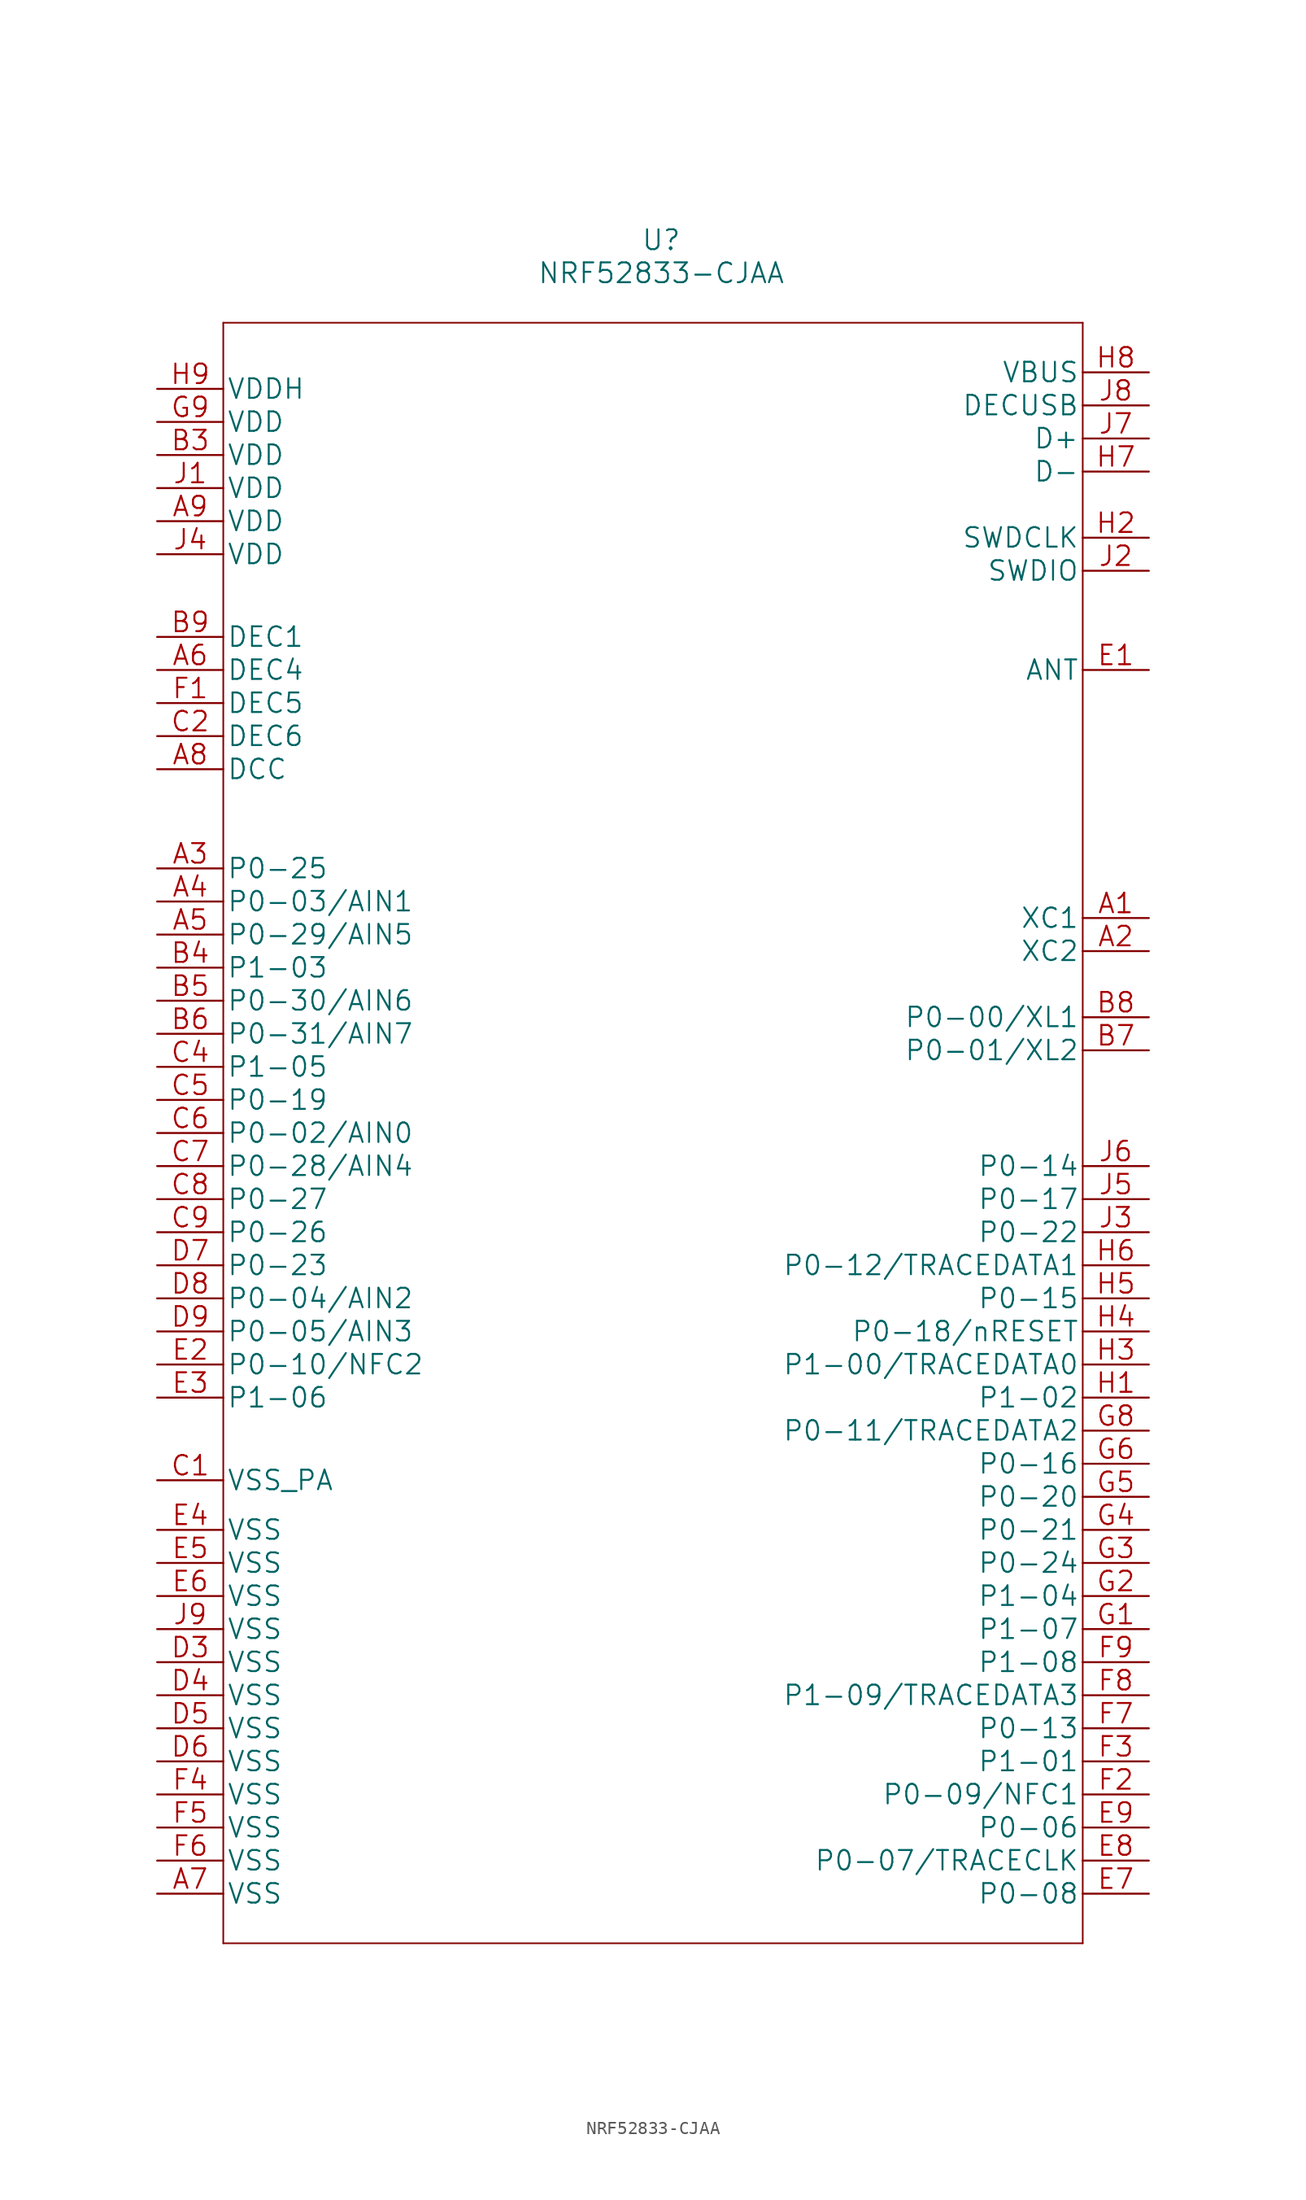
<source format=kicad_sym>
(kicad_symbol_lib
  (version 20211014)
  (generator kicad_symbol_editor)
  (symbol "NRF52833-CJAA"
    (pin_names
      (offset 0.254))
    (property "Reference" "U"
      (at 0.635 68.58 0)
      (effects (font (size 1.524 1.524))))
    (property "Value" "NRF52833-CJAA"
      (at 0.635 66.04 0)
      (effects (font (size 1.524 1.524))))
    (property "Datasheet" ""
      (at -38.1 43.815 0)
      (effects (font (size 1.524 1.524))))
    (property "ki_locked" ""
      (at 0 0 0)
      (effects (font (size 1.27 1.27))))
    (symbol "NRF52833-CJAA_1_1"
      (polyline (pts (xy -33.02 -62.23) (xy 33.02 -62.23)) (stroke (width 0.127) (type default) (color 0 0 0 0)) (fill (type none)))
      (polyline (pts (xy -33.02 62.23) (xy -33.02 -62.23)) (stroke (width 0.127) (type default) (color 0 0 0 0)) (fill (type none)))
      (polyline (pts (xy 33.02 -62.23) (xy 33.02 62.23)) (stroke (width 0.127) (type default) (color 0 0 0 0)) (fill (type none)))
      (polyline (pts (xy 33.02 62.23) (xy -33.02 62.23)) (stroke (width 0.127) (type default) (color 0 0 0 0)) (fill (type none)))
      (pin passive line (at 38.1 16.51 180) (length 5.08) (name "XC1" (effects (font (size 1.499 1.499)))) (number "A1" (effects (font (size 1.499 1.499)))))
      (pin passive line (at 38.1 13.97 180) (length 5.08) (name "XC2" (effects (font (size 1.499 1.499)))) (number "A2" (effects (font (size 1.499 1.499)))))
      (pin bidirectional line (at -38.1 20.32 0) (length 5.08) (name "P0-25" (effects (font (size 1.499 1.499)))) (number "A3" (effects (font (size 1.499 1.499)))))
      (pin bidirectional line (at -38.1 17.78 0) (length 5.08) (name "P0-03/AIN1" (effects (font (size 1.499 1.499)))) (number "A4" (effects (font (size 1.499 1.499)))))
      (pin bidirectional line (at -38.1 15.24 0) (length 5.08) (name "P0-29/AIN5" (effects (font (size 1.499 1.499)))) (number "A5" (effects (font (size 1.499 1.499)))))
      (pin passive line (at -38.1 35.56 0) (length 5.08) (name "DEC4" (effects (font (size 1.499 1.499)))) (number "A6" (effects (font (size 1.499 1.499)))))
      (pin power_in line (at -38.1 -58.42 0) (length 5.08) (name "VSS" (effects (font (size 1.499 1.499)))) (number "A7" (effects (font (size 1.499 1.499)))))
      (pin power_in line (at -38.1 27.94 0) (length 5.08) (name "DCC" (effects (font (size 1.499 1.499)))) (number "A8" (effects (font (size 1.499 1.499)))))
      (pin power_in line (at -38.1 46.99 0) (length 5.08) (name "VDD" (effects (font (size 1.499 1.499)))) (number "A9" (effects (font (size 1.499 1.499)))))
      (pin power_in line (at -38.1 52.07 0) (length 5.08) (name "VDD" (effects (font (size 1.499 1.499)))) (number "B3" (effects (font (size 1.499 1.499)))))
      (pin bidirectional line (at -38.1 12.7 0) (length 5.08) (name "P1-03" (effects (font (size 1.499 1.499)))) (number "B4" (effects (font (size 1.499 1.499)))))
      (pin bidirectional line (at -38.1 10.16 0) (length 5.08) (name "P0-30/AIN6" (effects (font (size 1.499 1.499)))) (number "B5" (effects (font (size 1.499 1.499)))))
      (pin bidirectional line (at -38.1 7.62 0) (length 5.08) (name "P0-31/AIN7" (effects (font (size 1.499 1.499)))) (number "B6" (effects (font (size 1.499 1.499)))))
      (pin bidirectional line (at 38.1 6.35 180) (length 5.08) (name "P0-01/XL2" (effects (font (size 1.499 1.499)))) (number "B7" (effects (font (size 1.499 1.499)))))
      (pin bidirectional line (at 38.1 8.89 180) (length 5.08) (name "P0-00/XL1" (effects (font (size 1.499 1.499)))) (number "B8" (effects (font (size 1.499 1.499)))))
      (pin passive line (at -38.1 38.1 0) (length 5.08) (name "DEC1" (effects (font (size 1.499 1.499)))) (number "B9" (effects (font (size 1.499 1.499)))))
      (pin power_in line (at -38.1 -26.67 0) (length 5.08) (name "VSS_PA" (effects (font (size 1.499 1.499)))) (number "C1" (effects (font (size 1.499 1.499)))))
      (pin passive line (at -38.1 30.48 0) (length 5.08) (name "DEC6" (effects (font (size 1.499 1.499)))) (number "C2" (effects (font (size 1.499 1.499)))))
      (pin bidirectional line (at -38.1 5.08 0) (length 5.08) (name "P1-05" (effects (font (size 1.499 1.499)))) (number "C4" (effects (font (size 1.499 1.499)))))
      (pin bidirectional line (at -38.1 2.54 0) (length 5.08) (name "P0-19" (effects (font (size 1.499 1.499)))) (number "C5" (effects (font (size 1.499 1.499)))))
      (pin bidirectional line (at -38.1 0 0) (length 5.08) (name "P0-02/AIN0" (effects (font (size 1.499 1.499)))) (number "C6" (effects (font (size 1.499 1.499)))))
      (pin bidirectional line (at -38.1 -2.54 0) (length 5.08) (name "P0-28/AIN4" (effects (font (size 1.499 1.499)))) (number "C7" (effects (font (size 1.499 1.499)))))
      (pin bidirectional line (at -38.1 -5.08 0) (length 5.08) (name "P0-27" (effects (font (size 1.499 1.499)))) (number "C8" (effects (font (size 1.499 1.499)))))
      (pin bidirectional line (at -38.1 -7.62 0) (length 5.08) (name "P0-26" (effects (font (size 1.499 1.499)))) (number "C9" (effects (font (size 1.499 1.499)))))
      (pin power_in line (at -38.1 -40.64 0) (length 5.08) (name "VSS" (effects (font (size 1.499 1.499)))) (number "D3" (effects (font (size 1.499 1.499)))))
      (pin power_in line (at -38.1 -43.18 0) (length 5.08) (name "VSS" (effects (font (size 1.499 1.499)))) (number "D4" (effects (font (size 1.499 1.499)))))
      (pin power_in line (at -38.1 -45.72 0) (length 5.08) (name "VSS" (effects (font (size 1.499 1.499)))) (number "D5" (effects (font (size 1.499 1.499)))))
      (pin power_in line (at -38.1 -48.26 0) (length 5.08) (name "VSS" (effects (font (size 1.499 1.499)))) (number "D6" (effects (font (size 1.499 1.499)))))
      (pin bidirectional line (at -38.1 -10.16 0) (length 5.08) (name "P0-23" (effects (font (size 1.499 1.499)))) (number "D7" (effects (font (size 1.499 1.499)))))
      (pin bidirectional line (at -38.1 -12.7 0) (length 5.08) (name "P0-04/AIN2" (effects (font (size 1.499 1.499)))) (number "D8" (effects (font (size 1.499 1.499)))))
      (pin bidirectional line (at -38.1 -15.24 0) (length 5.08) (name "P0-05/AIN3" (effects (font (size 1.499 1.499)))) (number "D9" (effects (font (size 1.499 1.499)))))
      (pin output line (at 38.1 35.56 180) (length 5.08) (name "ANT" (effects (font (size 1.499 1.499)))) (number "E1" (effects (font (size 1.499 1.499)))))
      (pin bidirectional line (at -38.1 -17.78 0) (length 5.08) (name "P0-10/NFC2" (effects (font (size 1.499 1.499)))) (number "E2" (effects (font (size 1.499 1.499)))))
      (pin bidirectional line (at -38.1 -20.32 0) (length 5.08) (name "P1-06" (effects (font (size 1.499 1.499)))) (number "E3" (effects (font (size 1.499 1.499)))))
      (pin power_in line (at -38.1 -30.48 0) (length 5.08) (name "VSS" (effects (font (size 1.499 1.499)))) (number "E4" (effects (font (size 1.499 1.499)))))
      (pin power_in line (at -38.1 -33.02 0) (length 5.08) (name "VSS" (effects (font (size 1.499 1.499)))) (number "E5" (effects (font (size 1.499 1.499)))))
      (pin power_in line (at -38.1 -35.56 0) (length 5.08) (name "VSS" (effects (font (size 1.499 1.499)))) (number "E6" (effects (font (size 1.499 1.499)))))
      (pin bidirectional line (at 38.1 -58.42 180) (length 5.08) (name "P0-08" (effects (font (size 1.499 1.499)))) (number "E7" (effects (font (size 1.499 1.499)))))
      (pin bidirectional line (at 38.1 -55.88 180) (length 5.08) (name "P0-07/TRACECLK" (effects (font (size 1.499 1.499)))) (number "E8" (effects (font (size 1.499 1.499)))))
      (pin bidirectional line (at 38.1 -53.34 180) (length 5.08) (name "P0-06" (effects (font (size 1.499 1.499)))) (number "E9" (effects (font (size 1.499 1.499)))))
      (pin passive line (at -38.1 33.02 0) (length 5.08) (name "DEC5" (effects (font (size 1.499 1.499)))) (number "F1" (effects (font (size 1.499 1.499)))))
      (pin bidirectional line (at 38.1 -50.8 180) (length 5.08) (name "P0-09/NFC1" (effects (font (size 1.499 1.499)))) (number "F2" (effects (font (size 1.499 1.499)))))
      (pin bidirectional line (at 38.1 -48.26 180) (length 5.08) (name "P1-01" (effects (font (size 1.499 1.499)))) (number "F3" (effects (font (size 1.499 1.499)))))
      (pin power_in line (at -38.1 -50.8 0) (length 5.08) (name "VSS" (effects (font (size 1.499 1.499)))) (number "F4" (effects (font (size 1.499 1.499)))))
      (pin power_in line (at -38.1 -53.34 0) (length 5.08) (name "VSS" (effects (font (size 1.499 1.499)))) (number "F5" (effects (font (size 1.499 1.499)))))
      (pin power_in line (at -38.1 -55.88 0) (length 5.08) (name "VSS" (effects (font (size 1.499 1.499)))) (number "F6" (effects (font (size 1.499 1.499)))))
      (pin bidirectional line (at 38.1 -45.72 180) (length 5.08) (name "P0-13" (effects (font (size 1.499 1.499)))) (number "F7" (effects (font (size 1.499 1.499)))))
      (pin bidirectional line (at 38.1 -43.18 180) (length 5.08) (name "P1-09/TRACEDATA3" (effects (font (size 1.499 1.499)))) (number "F8" (effects (font (size 1.499 1.499)))))
      (pin bidirectional line (at 38.1 -40.64 180) (length 5.08) (name "P1-08" (effects (font (size 1.499 1.499)))) (number "F9" (effects (font (size 1.499 1.499)))))
      (pin bidirectional line (at 38.1 -38.1 180) (length 5.08) (name "P1-07" (effects (font (size 1.499 1.499)))) (number "G1" (effects (font (size 1.499 1.499)))))
      (pin bidirectional line (at 38.1 -35.56 180) (length 5.08) (name "P1-04" (effects (font (size 1.499 1.499)))) (number "G2" (effects (font (size 1.499 1.499)))))
      (pin bidirectional line (at 38.1 -33.02 180) (length 5.08) (name "P0-24" (effects (font (size 1.499 1.499)))) (number "G3" (effects (font (size 1.499 1.499)))))
      (pin bidirectional line (at 38.1 -30.48 180) (length 5.08) (name "P0-21" (effects (font (size 1.499 1.499)))) (number "G4" (effects (font (size 1.499 1.499)))))
      (pin bidirectional line (at 38.1 -27.94 180) (length 5.08) (name "P0-20" (effects (font (size 1.499 1.499)))) (number "G5" (effects (font (size 1.499 1.499)))))
      (pin bidirectional line (at 38.1 -25.4 180) (length 5.08) (name "P0-16" (effects (font (size 1.499 1.499)))) (number "G6" (effects (font (size 1.499 1.499)))))
      (pin bidirectional line (at 38.1 -22.86 180) (length 5.08) (name "P0-11/TRACEDATA2" (effects (font (size 1.499 1.499)))) (number "G8" (effects (font (size 1.499 1.499)))))
      (pin power_in line (at -38.1 54.61 0) (length 5.08) (name "VDD" (effects (font (size 1.499 1.499)))) (number "G9" (effects (font (size 1.499 1.499)))))
      (pin bidirectional line (at 38.1 -20.32 180) (length 5.08) (name "P1-02" (effects (font (size 1.499 1.499)))) (number "H1" (effects (font (size 1.499 1.499)))))
      (pin input line (at 38.1 45.72 180) (length 5.08) (name "SWDCLK" (effects (font (size 1.499 1.499)))) (number "H2" (effects (font (size 1.499 1.499)))))
      (pin bidirectional line (at 38.1 -17.78 180) (length 5.08) (name "P1-00/TRACEDATA0" (effects (font (size 1.499 1.499)))) (number "H3" (effects (font (size 1.499 1.499)))))
      (pin bidirectional line (at 38.1 -15.24 180) (length 5.08) (name "P0-18/nRESET" (effects (font (size 1.499 1.499)))) (number "H4" (effects (font (size 1.499 1.499)))))
      (pin bidirectional line (at 38.1 -12.7 180) (length 5.08) (name "P0-15" (effects (font (size 1.499 1.499)))) (number "H5" (effects (font (size 1.499 1.499)))))
      (pin bidirectional line (at 38.1 -10.16 180) (length 5.08) (name "P0-12/TRACEDATA1" (effects (font (size 1.499 1.499)))) (number "H6" (effects (font (size 1.499 1.499)))))
      (pin bidirectional line (at 38.1 50.8 180) (length 5.08) (name "D-" (effects (font (size 1.499 1.499)))) (number "H7" (effects (font (size 1.499 1.499)))))
      (pin power_in line (at 38.1 58.42 180) (length 5.08) (name "VBUS" (effects (font (size 1.499 1.499)))) (number "H8" (effects (font (size 1.499 1.499)))))
      (pin power_in line (at -38.1 57.15 0) (length 5.08) (name "VDDH" (effects (font (size 1.499 1.499)))) (number "H9" (effects (font (size 1.499 1.499)))))
      (pin power_in line (at -38.1 49.53 0) (length 5.08) (name "VDD" (effects (font (size 1.499 1.499)))) (number "J1" (effects (font (size 1.499 1.499)))))
      (pin bidirectional line (at 38.1 43.18 180) (length 5.08) (name "SWDIO" (effects (font (size 1.499 1.499)))) (number "J2" (effects (font (size 1.499 1.499)))))
      (pin bidirectional line (at 38.1 -7.62 180) (length 5.08) (name "P0-22" (effects (font (size 1.499 1.499)))) (number "J3" (effects (font (size 1.499 1.499)))))
      (pin power_in line (at -38.1 44.45 0) (length 5.08) (name "VDD" (effects (font (size 1.499 1.499)))) (number "J4" (effects (font (size 1.499 1.499)))))
      (pin bidirectional line (at 38.1 -5.08 180) (length 5.08) (name "P0-17" (effects (font (size 1.499 1.499)))) (number "J5" (effects (font (size 1.499 1.499)))))
      (pin bidirectional line (at 38.1 -2.54 180) (length 5.08) (name "P0-14" (effects (font (size 1.499 1.499)))) (number "J6" (effects (font (size 1.499 1.499)))))
      (pin bidirectional line (at 38.1 53.34 180) (length 5.08) (name "D+" (effects (font (size 1.499 1.499)))) (number "J7" (effects (font (size 1.499 1.499)))))
      (pin power_in line (at 38.1 55.88 180) (length 5.08) (name "DECUSB" (effects (font (size 1.499 1.499)))) (number "J8" (effects (font (size 1.499 1.499)))))
      (pin power_in line (at -38.1 -38.1 0) (length 5.08) (name "VSS" (effects (font (size 1.499 1.499)))) (number "J9" (effects (font (size 1.499 1.499))))))))
</source>
